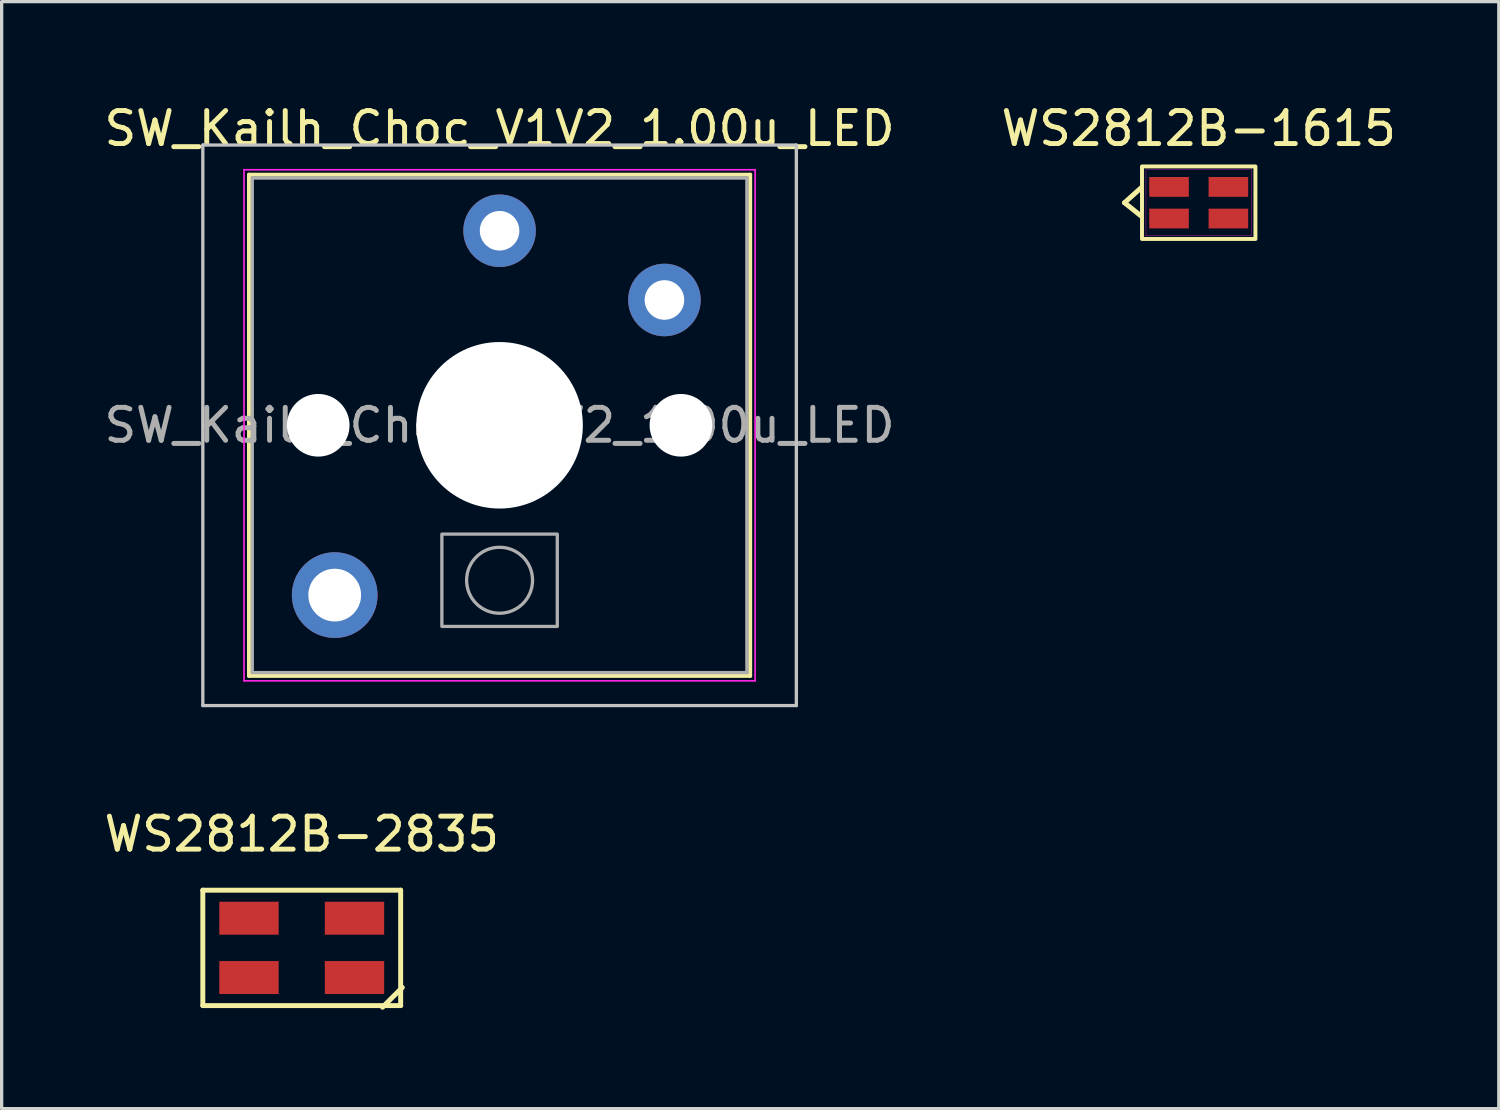
<source format=kicad_pcb>
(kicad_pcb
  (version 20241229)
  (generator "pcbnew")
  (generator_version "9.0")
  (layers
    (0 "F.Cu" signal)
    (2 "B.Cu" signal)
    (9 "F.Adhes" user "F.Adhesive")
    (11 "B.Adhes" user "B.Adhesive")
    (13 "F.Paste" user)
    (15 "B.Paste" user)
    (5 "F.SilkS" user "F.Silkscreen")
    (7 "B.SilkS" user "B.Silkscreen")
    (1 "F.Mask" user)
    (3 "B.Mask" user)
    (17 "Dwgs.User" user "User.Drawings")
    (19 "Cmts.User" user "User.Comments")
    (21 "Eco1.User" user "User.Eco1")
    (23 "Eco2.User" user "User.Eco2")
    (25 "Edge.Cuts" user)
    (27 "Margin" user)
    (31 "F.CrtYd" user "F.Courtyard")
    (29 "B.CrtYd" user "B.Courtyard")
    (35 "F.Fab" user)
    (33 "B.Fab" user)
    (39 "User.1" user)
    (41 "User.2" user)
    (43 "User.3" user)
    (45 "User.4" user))
  (footprint "WS2812B-1615"
    (layer "F.Cu")
    (at 33.304 3.098)
    (property "Reference" "WS2812B-1615" (at 0 -2.25 0) (layer "F.SilkS") (effects (font (size 1 1) (thickness 0.15))))
    (attr smd)
    (fp_line (start -2.25 0) (end -1.75 -0.45) (stroke (width 0.15) (type solid)) (layer "F.SilkS"))
    (fp_line (start -2.25 0) (end -1.75 0.4) (stroke (width 0.15) (type solid)) (layer "F.SilkS"))
    (fp_rect (start -1.72 -1.1) (end 1.72 1.1) (stroke (width 0.12) (type solid)) (fill no) (layer "F.SilkS"))
    (fp_line (start -1.6 -1) (end 1.6 -1) (stroke (width 0.01) (type solid)) (layer "F.CrtYd"))
    (fp_line (start -1.6 1) (end -1.6 -1) (stroke (width 0.01) (type solid)) (layer "F.CrtYd"))
    (fp_line (start 1.6 -1) (end 1.6 1) (stroke (width 0.01) (type solid)) (layer "F.CrtYd"))
    (fp_line (start 1.6 1) (end -1.6 1) (stroke (width 0.01) (type solid)) (layer "F.CrtYd"))
    (pad "G" smd rect (at -0.9 0.48) (size 1.2 0.6) (layers "F.Cu" "F.Mask" "F.Paste"))
    (pad "I" smd rect (at 0.9 0.48) (size 1.2 0.6) (layers "F.Cu" "F.Mask" "F.Paste"))
    (pad "O" smd rect (at -0.9 -0.48) (size 1.2 0.6) (layers "F.Cu" "F.Mask" "F.Paste"))
    (pad "V" smd rect (at 0.9 -0.48) (size 1.2 0.6) (layers "F.Cu" "F.Mask" "F.Paste")))
  (footprint "WS2812B-2835"
    (layer "F.Cu")
    (at 6.101 25.697)
    (property "Reference" "WS2812B-2835" (at 0 -3.45 0) (layer "F.SilkS") (effects (font (size 1 1) (thickness 0.15))))
    (attr smd)
    (fp_line (start -3 -1.75) (end -3 1.75) (stroke (width 0.15) (type solid)) (layer "F.SilkS"))
    (fp_line (start -3 -1.75) (end 3 -1.75) (stroke (width 0.15) (type solid)) (layer "F.SilkS"))
    (fp_line (start -3 1.75) (end 3 1.75) (stroke (width 0.15) (type solid)) (layer "F.SilkS"))
    (fp_line (start 2.45 1.8) (end 3.05 1.2) (stroke (width 0.15) (type solid)) (layer "F.SilkS"))
    (fp_line (start 3 -1.75) (end 3 1.75) (stroke (width 0.15) (type solid)) (layer "F.SilkS"))
    (pad "G" smd rect (at 1.6 0.9) (size 1.8 1) (layers "F.Cu" "F.Mask" "F.Paste"))
    (pad "I" smd rect (at 1.6 -0.9) (size 1.8 1) (layers "F.Cu" "F.Mask" "F.Paste"))
    (pad "O" smd rect (at -1.6 0.9) (size 1.8 1) (layers "F.Cu" "F.Mask" "F.Paste"))
    (pad "V" smd rect (at -1.6 -0.9) (size 1.8 1) (layers "F.Cu" "F.Mask" "F.Paste")))
  (footprint "SW_Kailh_Choc_V1V2_1.00u_LED"
    (layer "F.Cu")
    (at 12.101 9.848)
    (property "Reference" "SW_Kailh_Choc_V1V2_1.00u_LED" (at 0 -9 0) (layer "F.SilkS") (effects (font (size 1 1) (thickness 0.15))))
    (attr through_hole)
    (fp_line (start -7.6 -7.6) (end -7.6 7.6) (stroke (width 0.12) (type solid)) (layer "F.SilkS"))
    (fp_line (start -7.6 7.6) (end 7.6 7.6) (stroke (width 0.12) (type solid)) (layer "F.SilkS"))
    (fp_line (start 7.6 -7.6) (end -7.6 -7.6) (stroke (width 0.12) (type solid)) (layer "F.SilkS"))
    (fp_line (start 7.6 7.6) (end 7.6 -7.6) (stroke (width 0.12) (type solid)) (layer "F.SilkS"))
    (fp_line (start -9 -8.5) (end -9 8.5) (stroke (width 0.1) (type solid)) (layer "Dwgs.User"))
    (fp_line (start -9 8.5) (end 9 8.5) (stroke (width 0.1) (type solid)) (layer "Dwgs.User"))
    (fp_line (start 9 -8.5) (end -9 -8.5) (stroke (width 0.1) (type solid)) (layer "Dwgs.User"))
    (fp_line (start 9 8.5) (end 9 -8.5) (stroke (width 0.1) (type solid)) (layer "Dwgs.User"))
    (fp_line (start -7.25 -7.25) (end -7.25 7.25) (stroke (width 0.1) (type solid)) (layer "Eco1.User"))
    (fp_line (start -7.25 7.25) (end 7.25 7.25) (stroke (width 0.1) (type solid)) (layer "Eco1.User"))
    (fp_line (start 7.25 -7.25) (end -7.25 -7.25) (stroke (width 0.1) (type solid)) (layer "Eco1.User"))
    (fp_line (start 7.25 7.25) (end 7.25 -7.25) (stroke (width 0.1) (type solid)) (layer "Eco1.User"))
    (fp_line (start -7.75 -7.75) (end -7.75 7.75) (stroke (width 0.05) (type solid)) (layer "F.CrtYd"))
    (fp_line (start -7.75 7.75) (end 7.75 7.75) (stroke (width 0.05) (type solid)) (layer "F.CrtYd"))
    (fp_line (start 7.75 -7.75) (end -7.75 -7.75) (stroke (width 0.05) (type solid)) (layer "F.CrtYd"))
    (fp_line (start 7.75 7.75) (end 7.75 -7.75) (stroke (width 0.05) (type solid)) (layer "F.CrtYd"))
    (fp_line (start -7.5 -7.5) (end -7.5 7.5) (stroke (width 0.1) (type solid)) (layer "F.Fab"))
    (fp_line (start -7.5 7.5) (end 7.5 7.5) (stroke (width 0.1) (type solid)) (layer "F.Fab"))
    (fp_line (start 7.5 -7.5) (end -7.5 -7.5) (stroke (width 0.1) (type solid)) (layer "F.Fab"))
    (fp_line (start 7.5 7.5) (end 7.5 -7.5) (stroke (width 0.1) (type solid)) (layer "F.Fab"))
    (fp_rect (start -1.75 3.3) (end 1.75 6.1) (stroke (width 0.1) (type solid)) (fill no) (layer "F.Fab"))
    (fp_circle (center 0 4.7) (end 1 4.7) (stroke (width 0.1) (type solid)) (fill no) (layer "F.Fab"))
    (fp_text user "${REFERENCE}" (at 0 0 0) (layer "F.Fab") (effects (font (size 1 1) (thickness 0.15))))
    (pad "" np_thru_hole circle (at -5.5 0) (size 1.9 1.9) (drill 1.9) (layers "*.Cu" "*.Mask"))
    (pad "" smd circle (at -5 5.15) (size 1.65 1.65) (layers "F.Mask"))
    (pad "" thru_hole circle (at -5 5.15) (size 2.6 2.6) (drill 1.6) (layers "*.Cu" "B.Mask"))
    (pad "" smd circle (at 0 -5.9) (size 1.25 1.25) (layers "F.Mask"))
    (pad "" np_thru_hole circle (at 0 0) (size 5.05 5.05) (drill 5.05) (layers "*.Cu" "*.Mask"))
    (pad "" smd circle (at 5 -3.8) (size 1.25 1.25) (layers "F.Mask"))
    (pad "" np_thru_hole circle (at 5.5 0) (size 1.9 1.9) (drill 1.9) (layers "*.Cu" "*.Mask"))
    (pad "1" thru_hole circle (at 0 -5.9) (size 2.2 2.2) (drill 1.2) (layers "*.Cu" "B.Mask"))
    (pad "2" thru_hole circle (at 5 -3.8) (size 2.2 2.2) (drill 1.2) (layers "*.Cu" "B.Mask")))
  (gr_rect
    (start -3 -3)
    (end 42.405 30.572)
    (stroke (width 0.1) (type default))
    (fill no)
    (layer "Edge.Cuts")))
</source>
